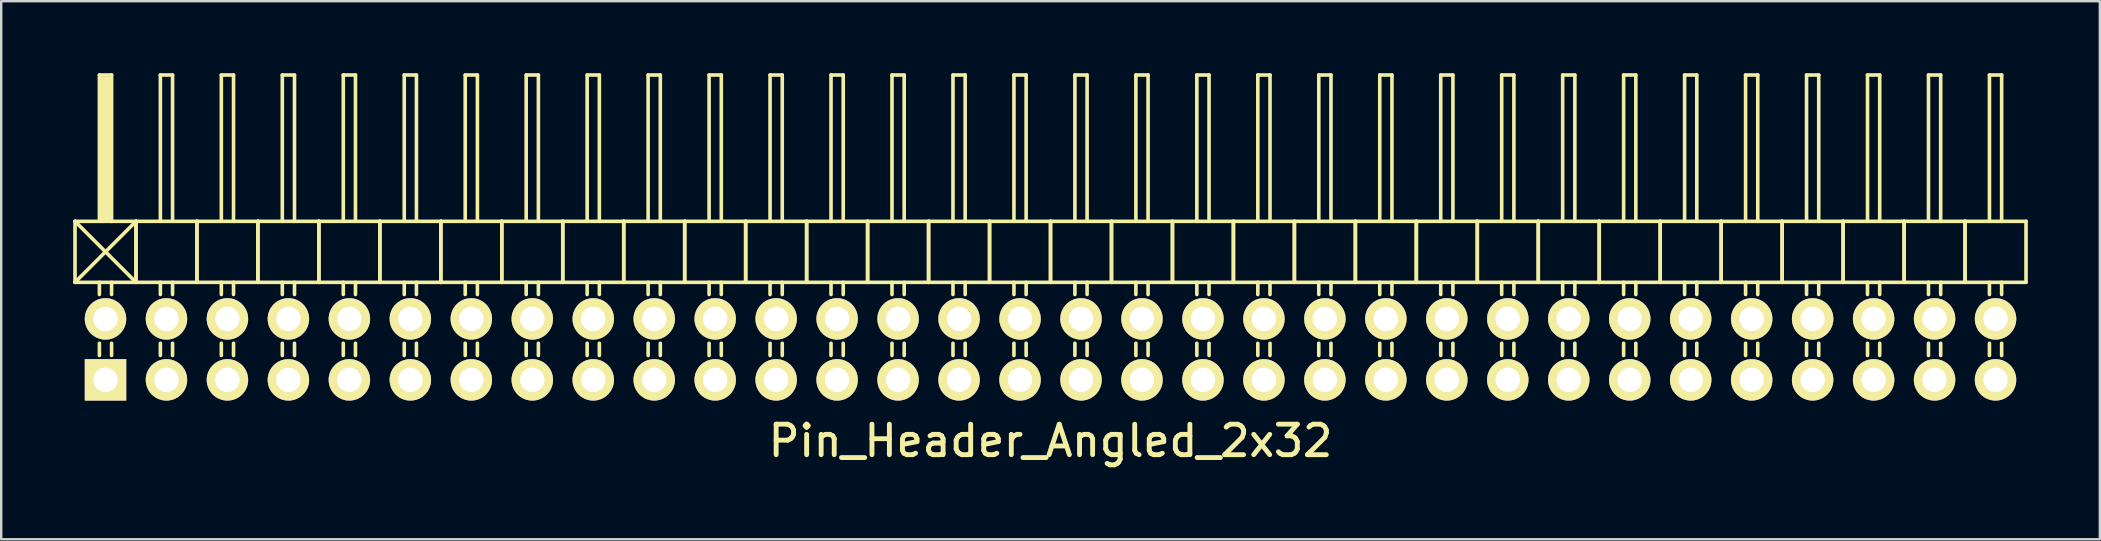
<source format=kicad_pcb>
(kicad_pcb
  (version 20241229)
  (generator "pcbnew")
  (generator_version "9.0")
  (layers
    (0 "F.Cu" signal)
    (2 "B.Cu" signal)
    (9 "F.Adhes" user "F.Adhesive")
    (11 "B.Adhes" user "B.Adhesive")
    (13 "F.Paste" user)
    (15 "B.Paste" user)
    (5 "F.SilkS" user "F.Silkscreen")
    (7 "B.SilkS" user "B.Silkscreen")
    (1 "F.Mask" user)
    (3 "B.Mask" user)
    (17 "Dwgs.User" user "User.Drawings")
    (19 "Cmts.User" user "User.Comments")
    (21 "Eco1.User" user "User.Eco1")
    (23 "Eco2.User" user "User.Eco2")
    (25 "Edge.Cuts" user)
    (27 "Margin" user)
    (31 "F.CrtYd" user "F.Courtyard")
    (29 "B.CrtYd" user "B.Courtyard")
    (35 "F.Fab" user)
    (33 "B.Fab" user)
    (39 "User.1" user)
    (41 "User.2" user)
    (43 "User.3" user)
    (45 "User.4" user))
  (footprint "Pin_Header_Angled_2x32"
    (layer "F.Cu")
    (at 40.715 11.505)
    (property "Reference" "Pin_Header_Angled_2x32" (at 0 3.81 0) (layer "F.SilkS") (effects (font (size 1.27 1.27) (thickness 0.203))))
    (attr through_hole)
    (fp_line (start -40.64 -5.334) (end -38.1 -2.794) (stroke (width 0.15) (type solid)) (layer "F.SilkS"))
    (fp_line (start -40.64 -2.794) (end -40.64 -5.334) (stroke (width 0.15) (type solid)) (layer "F.SilkS"))
    (fp_line (start -40.64 -2.794) (end -38.1 -5.334) (stroke (width 0.15) (type solid)) (layer "F.SilkS"))
    (fp_line (start -40.64 -2.794) (end -38.1 -2.794) (stroke (width 0.15) (type solid)) (layer "F.SilkS"))
    (fp_line (start -39.624 -11.43) (end -39.116 -11.43) (stroke (width 0.15) (type solid)) (layer "F.SilkS"))
    (fp_line (start -39.624 -5.334) (end -39.624 -11.43) (stroke (width 0.15) (type solid)) (layer "F.SilkS"))
    (fp_line (start -39.624 -2.794) (end -39.624 -2.286) (stroke (width 0.15) (type solid)) (layer "F.SilkS"))
    (fp_line (start -39.624 -0.254) (end -39.624 0.254) (stroke (width 0.15) (type solid)) (layer "F.SilkS"))
    (fp_line (start -39.497 -11.303) (end -39.243 -11.303) (stroke (width 0.15) (type solid)) (layer "F.SilkS"))
    (fp_line (start -39.497 -5.334) (end -39.497 -11.303) (stroke (width 0.15) (type solid)) (layer "F.SilkS"))
    (fp_line (start -39.37 -5.461) (end -39.37 -11.303) (stroke (width 0.15) (type solid)) (layer "F.SilkS"))
    (fp_line (start -39.243 -11.303) (end -39.243 -5.461) (stroke (width 0.15) (type solid)) (layer "F.SilkS"))
    (fp_line (start -39.243 -5.461) (end -39.37 -5.461) (stroke (width 0.15) (type solid)) (layer "F.SilkS"))
    (fp_line (start -39.116 -11.43) (end -39.116 -5.334) (stroke (width 0.15) (type solid)) (layer "F.SilkS"))
    (fp_line (start -39.116 -2.794) (end -39.116 -2.286) (stroke (width 0.15) (type solid)) (layer "F.SilkS"))
    (fp_line (start -39.116 -0.254) (end -39.116 0.254) (stroke (width 0.15) (type solid)) (layer "F.SilkS"))
    (fp_line (start -38.1 -5.334) (end -40.64 -5.334) (stroke (width 0.15) (type solid)) (layer "F.SilkS"))
    (fp_line (start -38.1 -2.794) (end -38.1 -5.334) (stroke (width 0.15) (type solid)) (layer "F.SilkS"))
    (fp_line (start -38.1 -2.794) (end -38.1 -5.334) (stroke (width 0.15) (type solid)) (layer "F.SilkS"))
    (fp_line (start -38.1 -2.794) (end -35.56 -2.794) (stroke (width 0.15) (type solid)) (layer "F.SilkS"))
    (fp_line (start -37.084 -11.43) (end -36.576 -11.43) (stroke (width 0.15) (type solid)) (layer "F.SilkS"))
    (fp_line (start -37.084 -5.334) (end -37.084 -11.43) (stroke (width 0.15) (type solid)) (layer "F.SilkS"))
    (fp_line (start -37.084 -2.794) (end -37.084 -2.286) (stroke (width 0.15) (type solid)) (layer "F.SilkS"))
    (fp_line (start -37.084 -0.254) (end -37.084 0.254) (stroke (width 0.15) (type solid)) (layer "F.SilkS"))
    (fp_line (start -36.576 -11.43) (end -36.576 -5.334) (stroke (width 0.15) (type solid)) (layer "F.SilkS"))
    (fp_line (start -36.576 -2.794) (end -36.576 -2.286) (stroke (width 0.15) (type solid)) (layer "F.SilkS"))
    (fp_line (start -36.576 -0.254) (end -36.576 0.254) (stroke (width 0.15) (type solid)) (layer "F.SilkS"))
    (fp_line (start -35.56 -5.334) (end -38.1 -5.334) (stroke (width 0.15) (type solid)) (layer "F.SilkS"))
    (fp_line (start -35.56 -2.794) (end -35.56 -5.334) (stroke (width 0.15) (type solid)) (layer "F.SilkS"))
    (fp_line (start -35.56 -2.794) (end -35.56 -5.334) (stroke (width 0.15) (type solid)) (layer "F.SilkS"))
    (fp_line (start -35.56 -2.794) (end -33.02 -2.794) (stroke (width 0.15) (type solid)) (layer "F.SilkS"))
    (fp_line (start -34.544 -11.43) (end -34.036 -11.43) (stroke (width 0.15) (type solid)) (layer "F.SilkS"))
    (fp_line (start -34.544 -5.334) (end -34.544 -11.43) (stroke (width 0.15) (type solid)) (layer "F.SilkS"))
    (fp_line (start -34.544 -2.794) (end -34.544 -2.286) (stroke (width 0.15) (type solid)) (layer "F.SilkS"))
    (fp_line (start -34.544 -0.254) (end -34.544 0.254) (stroke (width 0.15) (type solid)) (layer "F.SilkS"))
    (fp_line (start -34.036 -11.43) (end -34.036 -5.334) (stroke (width 0.15) (type solid)) (layer "F.SilkS"))
    (fp_line (start -34.036 -2.794) (end -34.036 -2.286) (stroke (width 0.15) (type solid)) (layer "F.SilkS"))
    (fp_line (start -34.036 -0.254) (end -34.036 0.254) (stroke (width 0.15) (type solid)) (layer "F.SilkS"))
    (fp_line (start -33.02 -5.334) (end -35.56 -5.334) (stroke (width 0.15) (type solid)) (layer "F.SilkS"))
    (fp_line (start -33.02 -2.794) (end -33.02 -5.334) (stroke (width 0.15) (type solid)) (layer "F.SilkS"))
    (fp_line (start -33.02 -2.794) (end -33.02 -5.334) (stroke (width 0.15) (type solid)) (layer "F.SilkS"))
    (fp_line (start -33.02 -2.794) (end -30.48 -2.794) (stroke (width 0.15) (type solid)) (layer "F.SilkS"))
    (fp_line (start -32.004 -11.43) (end -31.496 -11.43) (stroke (width 0.15) (type solid)) (layer "F.SilkS"))
    (fp_line (start -32.004 -5.334) (end -32.004 -11.43) (stroke (width 0.15) (type solid)) (layer "F.SilkS"))
    (fp_line (start -32.004 -2.794) (end -32.004 -2.286) (stroke (width 0.15) (type solid)) (layer "F.SilkS"))
    (fp_line (start -32.004 -0.254) (end -32.004 0.254) (stroke (width 0.15) (type solid)) (layer "F.SilkS"))
    (fp_line (start -31.496 -11.43) (end -31.496 -5.334) (stroke (width 0.15) (type solid)) (layer "F.SilkS"))
    (fp_line (start -31.496 -2.794) (end -31.496 -2.286) (stroke (width 0.15) (type solid)) (layer "F.SilkS"))
    (fp_line (start -31.496 -0.254) (end -31.496 0.254) (stroke (width 0.15) (type solid)) (layer "F.SilkS"))
    (fp_line (start -30.48 -5.334) (end -33.02 -5.334) (stroke (width 0.15) (type solid)) (layer "F.SilkS"))
    (fp_line (start -30.48 -2.794) (end -30.48 -5.334) (stroke (width 0.15) (type solid)) (layer "F.SilkS"))
    (fp_line (start -30.48 -2.794) (end -30.48 -5.334) (stroke (width 0.15) (type solid)) (layer "F.SilkS"))
    (fp_line (start -30.48 -2.794) (end -27.94 -2.794) (stroke (width 0.15) (type solid)) (layer "F.SilkS"))
    (fp_line (start -29.464 -11.43) (end -28.956 -11.43) (stroke (width 0.15) (type solid)) (layer "F.SilkS"))
    (fp_line (start -29.464 -5.334) (end -29.464 -11.43) (stroke (width 0.15) (type solid)) (layer "F.SilkS"))
    (fp_line (start -29.464 -2.794) (end -29.464 -2.286) (stroke (width 0.15) (type solid)) (layer "F.SilkS"))
    (fp_line (start -29.464 -0.254) (end -29.464 0.254) (stroke (width 0.15) (type solid)) (layer "F.SilkS"))
    (fp_line (start -28.956 -11.43) (end -28.956 -5.334) (stroke (width 0.15) (type solid)) (layer "F.SilkS"))
    (fp_line (start -28.956 -2.794) (end -28.956 -2.286) (stroke (width 0.15) (type solid)) (layer "F.SilkS"))
    (fp_line (start -28.956 -0.254) (end -28.956 0.254) (stroke (width 0.15) (type solid)) (layer "F.SilkS"))
    (fp_line (start -27.94 -5.334) (end -30.48 -5.334) (stroke (width 0.15) (type solid)) (layer "F.SilkS"))
    (fp_line (start -27.94 -2.794) (end -27.94 -5.334) (stroke (width 0.15) (type solid)) (layer "F.SilkS"))
    (fp_line (start -27.94 -2.794) (end -27.94 -5.334) (stroke (width 0.15) (type solid)) (layer "F.SilkS"))
    (fp_line (start -27.94 -2.794) (end -25.4 -2.794) (stroke (width 0.15) (type solid)) (layer "F.SilkS"))
    (fp_line (start -26.924 -11.43) (end -26.416 -11.43) (stroke (width 0.15) (type solid)) (layer "F.SilkS"))
    (fp_line (start -26.924 -5.334) (end -26.924 -11.43) (stroke (width 0.15) (type solid)) (layer "F.SilkS"))
    (fp_line (start -26.924 -2.794) (end -26.924 -2.286) (stroke (width 0.15) (type solid)) (layer "F.SilkS"))
    (fp_line (start -26.924 -0.254) (end -26.924 0.254) (stroke (width 0.15) (type solid)) (layer "F.SilkS"))
    (fp_line (start -26.416 -11.43) (end -26.416 -5.334) (stroke (width 0.15) (type solid)) (layer "F.SilkS"))
    (fp_line (start -26.416 -2.794) (end -26.416 -2.286) (stroke (width 0.15) (type solid)) (layer "F.SilkS"))
    (fp_line (start -26.416 -0.254) (end -26.416 0.254) (stroke (width 0.15) (type solid)) (layer "F.SilkS"))
    (fp_line (start -25.4 -5.334) (end -27.94 -5.334) (stroke (width 0.15) (type solid)) (layer "F.SilkS"))
    (fp_line (start -25.4 -2.794) (end -25.4 -5.334) (stroke (width 0.15) (type solid)) (layer "F.SilkS"))
    (fp_line (start -25.4 -2.794) (end -25.4 -5.334) (stroke (width 0.15) (type solid)) (layer "F.SilkS"))
    (fp_line (start -25.4 -2.794) (end -22.86 -2.794) (stroke (width 0.15) (type solid)) (layer "F.SilkS"))
    (fp_line (start -24.384 -11.43) (end -23.876 -11.43) (stroke (width 0.15) (type solid)) (layer "F.SilkS"))
    (fp_line (start -24.384 -5.334) (end -24.384 -11.43) (stroke (width 0.15) (type solid)) (layer "F.SilkS"))
    (fp_line (start -24.384 -2.794) (end -24.384 -2.286) (stroke (width 0.15) (type solid)) (layer "F.SilkS"))
    (fp_line (start -24.384 -0.254) (end -24.384 0.254) (stroke (width 0.15) (type solid)) (layer "F.SilkS"))
    (fp_line (start -23.876 -11.43) (end -23.876 -5.334) (stroke (width 0.15) (type solid)) (layer "F.SilkS"))
    (fp_line (start -23.876 -2.794) (end -23.876 -2.286) (stroke (width 0.15) (type solid)) (layer "F.SilkS"))
    (fp_line (start -23.876 -0.254) (end -23.876 0.254) (stroke (width 0.15) (type solid)) (layer "F.SilkS"))
    (fp_line (start -22.86 -5.334) (end -25.4 -5.334) (stroke (width 0.15) (type solid)) (layer "F.SilkS"))
    (fp_line (start -22.86 -2.794) (end -22.86 -5.334) (stroke (width 0.15) (type solid)) (layer "F.SilkS"))
    (fp_line (start -22.86 -2.794) (end -22.86 -5.334) (stroke (width 0.15) (type solid)) (layer "F.SilkS"))
    (fp_line (start -22.86 -2.794) (end -20.32 -2.794) (stroke (width 0.15) (type solid)) (layer "F.SilkS"))
    (fp_line (start -21.844 -11.43) (end -21.336 -11.43) (stroke (width 0.15) (type solid)) (layer "F.SilkS"))
    (fp_line (start -21.844 -5.334) (end -21.844 -11.43) (stroke (width 0.15) (type solid)) (layer "F.SilkS"))
    (fp_line (start -21.844 -2.794) (end -21.844 -2.286) (stroke (width 0.15) (type solid)) (layer "F.SilkS"))
    (fp_line (start -21.844 -0.254) (end -21.844 0.254) (stroke (width 0.15) (type solid)) (layer "F.SilkS"))
    (fp_line (start -21.336 -11.43) (end -21.336 -5.334) (stroke (width 0.15) (type solid)) (layer "F.SilkS"))
    (fp_line (start -21.336 -2.794) (end -21.336 -2.286) (stroke (width 0.15) (type solid)) (layer "F.SilkS"))
    (fp_line (start -21.336 -0.254) (end -21.336 0.254) (stroke (width 0.15) (type solid)) (layer "F.SilkS"))
    (fp_line (start -20.32 -5.334) (end -22.86 -5.334) (stroke (width 0.15) (type solid)) (layer "F.SilkS"))
    (fp_line (start -20.32 -2.794) (end -20.32 -5.334) (stroke (width 0.15) (type solid)) (layer "F.SilkS"))
    (fp_line (start -20.32 -2.794) (end -20.32 -5.334) (stroke (width 0.15) (type solid)) (layer "F.SilkS"))
    (fp_line (start -20.32 -2.794) (end -17.78 -2.794) (stroke (width 0.15) (type solid)) (layer "F.SilkS"))
    (fp_line (start -19.304 -11.43) (end -18.796 -11.43) (stroke (width 0.15) (type solid)) (layer "F.SilkS"))
    (fp_line (start -19.304 -5.334) (end -19.304 -11.43) (stroke (width 0.15) (type solid)) (layer "F.SilkS"))
    (fp_line (start -19.304 -2.794) (end -19.304 -2.286) (stroke (width 0.15) (type solid)) (layer "F.SilkS"))
    (fp_line (start -19.304 -0.254) (end -19.304 0.254) (stroke (width 0.15) (type solid)) (layer "F.SilkS"))
    (fp_line (start -18.796 -11.43) (end -18.796 -5.334) (stroke (width 0.15) (type solid)) (layer "F.SilkS"))
    (fp_line (start -18.796 -2.794) (end -18.796 -2.286) (stroke (width 0.15) (type solid)) (layer "F.SilkS"))
    (fp_line (start -18.796 -0.254) (end -18.796 0.254) (stroke (width 0.15) (type solid)) (layer "F.SilkS"))
    (fp_line (start -17.78 -5.334) (end -20.32 -5.334) (stroke (width 0.15) (type solid)) (layer "F.SilkS"))
    (fp_line (start -17.78 -2.794) (end -17.78 -5.334) (stroke (width 0.15) (type solid)) (layer "F.SilkS"))
    (fp_line (start -17.78 -2.794) (end -17.78 -5.334) (stroke (width 0.15) (type solid)) (layer "F.SilkS"))
    (fp_line (start -17.78 -2.794) (end -15.24 -2.794) (stroke (width 0.15) (type solid)) (layer "F.SilkS"))
    (fp_line (start -16.764 -11.43) (end -16.256 -11.43) (stroke (width 0.15) (type solid)) (layer "F.SilkS"))
    (fp_line (start -16.764 -5.334) (end -16.764 -11.43) (stroke (width 0.15) (type solid)) (layer "F.SilkS"))
    (fp_line (start -16.764 -2.794) (end -16.764 -2.286) (stroke (width 0.15) (type solid)) (layer "F.SilkS"))
    (fp_line (start -16.764 -0.254) (end -16.764 0.254) (stroke (width 0.15) (type solid)) (layer "F.SilkS"))
    (fp_line (start -16.256 -11.43) (end -16.256 -5.334) (stroke (width 0.15) (type solid)) (layer "F.SilkS"))
    (fp_line (start -16.256 -2.794) (end -16.256 -2.286) (stroke (width 0.15) (type solid)) (layer "F.SilkS"))
    (fp_line (start -16.256 -0.254) (end -16.256 0.254) (stroke (width 0.15) (type solid)) (layer "F.SilkS"))
    (fp_line (start -15.24 -5.334) (end -17.78 -5.334) (stroke (width 0.15) (type solid)) (layer "F.SilkS"))
    (fp_line (start -15.24 -2.794) (end -15.24 -5.334) (stroke (width 0.15) (type solid)) (layer "F.SilkS"))
    (fp_line (start -15.24 -2.794) (end -15.24 -5.334) (stroke (width 0.15) (type solid)) (layer "F.SilkS"))
    (fp_line (start -15.24 -2.794) (end -12.7 -2.794) (stroke (width 0.15) (type solid)) (layer "F.SilkS"))
    (fp_line (start -14.224 -11.43) (end -13.716 -11.43) (stroke (width 0.15) (type solid)) (layer "F.SilkS"))
    (fp_line (start -14.224 -5.334) (end -14.224 -11.43) (stroke (width 0.15) (type solid)) (layer "F.SilkS"))
    (fp_line (start -14.224 -2.794) (end -14.224 -2.286) (stroke (width 0.15) (type solid)) (layer "F.SilkS"))
    (fp_line (start -14.224 -0.254) (end -14.224 0.254) (stroke (width 0.15) (type solid)) (layer "F.SilkS"))
    (fp_line (start -13.716 -11.43) (end -13.716 -5.334) (stroke (width 0.15) (type solid)) (layer "F.SilkS"))
    (fp_line (start -13.716 -2.794) (end -13.716 -2.286) (stroke (width 0.15) (type solid)) (layer "F.SilkS"))
    (fp_line (start -13.716 -0.254) (end -13.716 0.254) (stroke (width 0.15) (type solid)) (layer "F.SilkS"))
    (fp_line (start -12.7 -5.334) (end -15.24 -5.334) (stroke (width 0.15) (type solid)) (layer "F.SilkS"))
    (fp_line (start -12.7 -2.794) (end -12.7 -5.334) (stroke (width 0.15) (type solid)) (layer "F.SilkS"))
    (fp_line (start -12.7 -2.794) (end -12.7 -5.334) (stroke (width 0.15) (type solid)) (layer "F.SilkS"))
    (fp_line (start -12.7 -2.794) (end -10.16 -2.794) (stroke (width 0.15) (type solid)) (layer "F.SilkS"))
    (fp_line (start -11.684 -11.43) (end -11.176 -11.43) (stroke (width 0.15) (type solid)) (layer "F.SilkS"))
    (fp_line (start -11.684 -5.334) (end -11.684 -11.43) (stroke (width 0.15) (type solid)) (layer "F.SilkS"))
    (fp_line (start -11.684 -2.794) (end -11.684 -2.286) (stroke (width 0.15) (type solid)) (layer "F.SilkS"))
    (fp_line (start -11.684 -0.254) (end -11.684 0.254) (stroke (width 0.15) (type solid)) (layer "F.SilkS"))
    (fp_line (start -11.176 -11.43) (end -11.176 -5.334) (stroke (width 0.15) (type solid)) (layer "F.SilkS"))
    (fp_line (start -11.176 -2.794) (end -11.176 -2.286) (stroke (width 0.15) (type solid)) (layer "F.SilkS"))
    (fp_line (start -11.176 -0.254) (end -11.176 0.254) (stroke (width 0.15) (type solid)) (layer "F.SilkS"))
    (fp_line (start -10.16 -5.334) (end -12.7 -5.334) (stroke (width 0.15) (type solid)) (layer "F.SilkS"))
    (fp_line (start -10.16 -2.794) (end -10.16 -5.334) (stroke (width 0.15) (type solid)) (layer "F.SilkS"))
    (fp_line (start -10.16 -2.794) (end -10.16 -5.334) (stroke (width 0.15) (type solid)) (layer "F.SilkS"))
    (fp_line (start -10.16 -2.794) (end -7.62 -2.794) (stroke (width 0.15) (type solid)) (layer "F.SilkS"))
    (fp_line (start -9.144 -11.43) (end -8.636 -11.43) (stroke (width 0.15) (type solid)) (layer "F.SilkS"))
    (fp_line (start -9.144 -5.334) (end -9.144 -11.43) (stroke (width 0.15) (type solid)) (layer "F.SilkS"))
    (fp_line (start -9.144 -2.794) (end -9.144 -2.286) (stroke (width 0.15) (type solid)) (layer "F.SilkS"))
    (fp_line (start -9.144 -0.254) (end -9.144 0.254) (stroke (width 0.15) (type solid)) (layer "F.SilkS"))
    (fp_line (start -8.636 -11.43) (end -8.636 -5.334) (stroke (width 0.15) (type solid)) (layer "F.SilkS"))
    (fp_line (start -8.636 -2.794) (end -8.636 -2.286) (stroke (width 0.15) (type solid)) (layer "F.SilkS"))
    (fp_line (start -8.636 -0.254) (end -8.636 0.254) (stroke (width 0.15) (type solid)) (layer "F.SilkS"))
    (fp_line (start -7.62 -5.334) (end -10.16 -5.334) (stroke (width 0.15) (type solid)) (layer "F.SilkS"))
    (fp_line (start -7.62 -2.794) (end -7.62 -5.334) (stroke (width 0.15) (type solid)) (layer "F.SilkS"))
    (fp_line (start -7.62 -2.794) (end -7.62 -5.334) (stroke (width 0.15) (type solid)) (layer "F.SilkS"))
    (fp_line (start -7.62 -2.794) (end -5.08 -2.794) (stroke (width 0.15) (type solid)) (layer "F.SilkS"))
    (fp_line (start -6.604 -11.43) (end -6.096 -11.43) (stroke (width 0.15) (type solid)) (layer "F.SilkS"))
    (fp_line (start -6.604 -5.334) (end -6.604 -11.43) (stroke (width 0.15) (type solid)) (layer "F.SilkS"))
    (fp_line (start -6.604 -2.794) (end -6.604 -2.286) (stroke (width 0.15) (type solid)) (layer "F.SilkS"))
    (fp_line (start -6.604 -0.254) (end -6.604 0.254) (stroke (width 0.15) (type solid)) (layer "F.SilkS"))
    (fp_line (start -6.096 -11.43) (end -6.096 -5.334) (stroke (width 0.15) (type solid)) (layer "F.SilkS"))
    (fp_line (start -6.096 -2.794) (end -6.096 -2.286) (stroke (width 0.15) (type solid)) (layer "F.SilkS"))
    (fp_line (start -6.096 -0.254) (end -6.096 0.254) (stroke (width 0.15) (type solid)) (layer "F.SilkS"))
    (fp_line (start -5.08 -5.334) (end -7.62 -5.334) (stroke (width 0.15) (type solid)) (layer "F.SilkS"))
    (fp_line (start -5.08 -2.794) (end -5.08 -5.334) (stroke (width 0.15) (type solid)) (layer "F.SilkS"))
    (fp_line (start -5.08 -2.794) (end -5.08 -5.334) (stroke (width 0.15) (type solid)) (layer "F.SilkS"))
    (fp_line (start -5.08 -2.794) (end -2.54 -2.794) (stroke (width 0.15) (type solid)) (layer "F.SilkS"))
    (fp_line (start -4.064 -11.43) (end -3.556 -11.43) (stroke (width 0.15) (type solid)) (layer "F.SilkS"))
    (fp_line (start -4.064 -5.334) (end -4.064 -11.43) (stroke (width 0.15) (type solid)) (layer "F.SilkS"))
    (fp_line (start -4.064 -2.794) (end -4.064 -2.286) (stroke (width 0.15) (type solid)) (layer "F.SilkS"))
    (fp_line (start -4.064 -0.254) (end -4.064 0.254) (stroke (width 0.15) (type solid)) (layer "F.SilkS"))
    (fp_line (start -3.556 -11.43) (end -3.556 -5.334) (stroke (width 0.15) (type solid)) (layer "F.SilkS"))
    (fp_line (start -3.556 -2.794) (end -3.556 -2.286) (stroke (width 0.15) (type solid)) (layer "F.SilkS"))
    (fp_line (start -3.556 -0.254) (end -3.556 0.254) (stroke (width 0.15) (type solid)) (layer "F.SilkS"))
    (fp_line (start -2.54 -5.334) (end -5.08 -5.334) (stroke (width 0.15) (type solid)) (layer "F.SilkS"))
    (fp_line (start -2.54 -2.794) (end -2.54 -5.334) (stroke (width 0.15) (type solid)) (layer "F.SilkS"))
    (fp_line (start -2.54 -2.794) (end -2.54 -5.334) (stroke (width 0.15) (type solid)) (layer "F.SilkS"))
    (fp_line (start -2.54 -2.794) (end 0 -2.794) (stroke (width 0.15) (type solid)) (layer "F.SilkS"))
    (fp_line (start -1.524 -11.43) (end -1.016 -11.43) (stroke (width 0.15) (type solid)) (layer "F.SilkS"))
    (fp_line (start -1.524 -5.334) (end -1.524 -11.43) (stroke (width 0.15) (type solid)) (layer "F.SilkS"))
    (fp_line (start -1.524 -2.794) (end -1.524 -2.286) (stroke (width 0.15) (type solid)) (layer "F.SilkS"))
    (fp_line (start -1.524 -0.254) (end -1.524 0.254) (stroke (width 0.15) (type solid)) (layer "F.SilkS"))
    (fp_line (start -1.016 -11.43) (end -1.016 -5.334) (stroke (width 0.15) (type solid)) (layer "F.SilkS"))
    (fp_line (start -1.016 -2.794) (end -1.016 -2.286) (stroke (width 0.15) (type solid)) (layer "F.SilkS"))
    (fp_line (start -1.016 -0.254) (end -1.016 0.254) (stroke (width 0.15) (type solid)) (layer "F.SilkS"))
    (fp_line (start 0 -5.334) (end -2.54 -5.334) (stroke (width 0.15) (type solid)) (layer "F.SilkS"))
    (fp_line (start 0 -2.794) (end 0 -5.334) (stroke (width 0.15) (type solid)) (layer "F.SilkS"))
    (fp_line (start 0 -2.794) (end 0 -5.334) (stroke (width 0.15) (type solid)) (layer "F.SilkS"))
    (fp_line (start 0 -2.794) (end 2.54 -2.794) (stroke (width 0.15) (type solid)) (layer "F.SilkS"))
    (fp_line (start 1.016 -11.43) (end 1.524 -11.43) (stroke (width 0.15) (type solid)) (layer "F.SilkS"))
    (fp_line (start 1.016 -5.334) (end 1.016 -11.43) (stroke (width 0.15) (type solid)) (layer "F.SilkS"))
    (fp_line (start 1.016 -2.794) (end 1.016 -2.286) (stroke (width 0.15) (type solid)) (layer "F.SilkS"))
    (fp_line (start 1.016 -0.254) (end 1.016 0.254) (stroke (width 0.15) (type solid)) (layer "F.SilkS"))
    (fp_line (start 1.524 -11.43) (end 1.524 -5.334) (stroke (width 0.15) (type solid)) (layer "F.SilkS"))
    (fp_line (start 1.524 -2.794) (end 1.524 -2.286) (stroke (width 0.15) (type solid)) (layer "F.SilkS"))
    (fp_line (start 1.524 -0.254) (end 1.524 0.254) (stroke (width 0.15) (type solid)) (layer "F.SilkS"))
    (fp_line (start 2.54 -5.334) (end 0 -5.334) (stroke (width 0.15) (type solid)) (layer "F.SilkS"))
    (fp_line (start 2.54 -2.794) (end 2.54 -5.334) (stroke (width 0.15) (type solid)) (layer "F.SilkS"))
    (fp_line (start 2.54 -2.794) (end 2.54 -5.334) (stroke (width 0.15) (type solid)) (layer "F.SilkS"))
    (fp_line (start 2.54 -2.794) (end 5.08 -2.794) (stroke (width 0.15) (type solid)) (layer "F.SilkS"))
    (fp_line (start 3.556 -11.43) (end 4.064 -11.43) (stroke (width 0.15) (type solid)) (layer "F.SilkS"))
    (fp_line (start 3.556 -5.334) (end 3.556 -11.43) (stroke (width 0.15) (type solid)) (layer "F.SilkS"))
    (fp_line (start 3.556 -2.794) (end 3.556 -2.286) (stroke (width 0.15) (type solid)) (layer "F.SilkS"))
    (fp_line (start 3.556 -0.254) (end 3.556 0.254) (stroke (width 0.15) (type solid)) (layer "F.SilkS"))
    (fp_line (start 4.064 -11.43) (end 4.064 -5.334) (stroke (width 0.15) (type solid)) (layer "F.SilkS"))
    (fp_line (start 4.064 -2.794) (end 4.064 -2.286) (stroke (width 0.15) (type solid)) (layer "F.SilkS"))
    (fp_line (start 4.064 -0.254) (end 4.064 0.254) (stroke (width 0.15) (type solid)) (layer "F.SilkS"))
    (fp_line (start 5.08 -5.334) (end 2.54 -5.334) (stroke (width 0.15) (type solid)) (layer "F.SilkS"))
    (fp_line (start 5.08 -2.794) (end 5.08 -5.334) (stroke (width 0.15) (type solid)) (layer "F.SilkS"))
    (fp_line (start 5.08 -2.794) (end 5.08 -5.334) (stroke (width 0.15) (type solid)) (layer "F.SilkS"))
    (fp_line (start 5.08 -2.794) (end 7.62 -2.794) (stroke (width 0.15) (type solid)) (layer "F.SilkS"))
    (fp_line (start 6.096 -11.43) (end 6.604 -11.43) (stroke (width 0.15) (type solid)) (layer "F.SilkS"))
    (fp_line (start 6.096 -5.334) (end 6.096 -11.43) (stroke (width 0.15) (type solid)) (layer "F.SilkS"))
    (fp_line (start 6.096 -2.794) (end 6.096 -2.286) (stroke (width 0.15) (type solid)) (layer "F.SilkS"))
    (fp_line (start 6.096 -0.254) (end 6.096 0.254) (stroke (width 0.15) (type solid)) (layer "F.SilkS"))
    (fp_line (start 6.604 -11.43) (end 6.604 -5.334) (stroke (width 0.15) (type solid)) (layer "F.SilkS"))
    (fp_line (start 6.604 -2.794) (end 6.604 -2.286) (stroke (width 0.15) (type solid)) (layer "F.SilkS"))
    (fp_line (start 6.604 -0.254) (end 6.604 0.254) (stroke (width 0.15) (type solid)) (layer "F.SilkS"))
    (fp_line (start 7.62 -5.334) (end 5.08 -5.334) (stroke (width 0.15) (type solid)) (layer "F.SilkS"))
    (fp_line (start 7.62 -2.794) (end 7.62 -5.334) (stroke (width 0.15) (type solid)) (layer "F.SilkS"))
    (fp_line (start 7.62 -2.794) (end 7.62 -5.334) (stroke (width 0.15) (type solid)) (layer "F.SilkS"))
    (fp_line (start 7.62 -2.794) (end 10.16 -2.794) (stroke (width 0.15) (type solid)) (layer "F.SilkS"))
    (fp_line (start 8.636 -11.43) (end 9.144 -11.43) (stroke (width 0.15) (type solid)) (layer "F.SilkS"))
    (fp_line (start 8.636 -5.334) (end 8.636 -11.43) (stroke (width 0.15) (type solid)) (layer "F.SilkS"))
    (fp_line (start 8.636 -2.794) (end 8.636 -2.286) (stroke (width 0.15) (type solid)) (layer "F.SilkS"))
    (fp_line (start 8.636 -0.254) (end 8.636 0.254) (stroke (width 0.15) (type solid)) (layer "F.SilkS"))
    (fp_line (start 9.144 -11.43) (end 9.144 -5.334) (stroke (width 0.15) (type solid)) (layer "F.SilkS"))
    (fp_line (start 9.144 -2.794) (end 9.144 -2.286) (stroke (width 0.15) (type solid)) (layer "F.SilkS"))
    (fp_line (start 9.144 -0.254) (end 9.144 0.254) (stroke (width 0.15) (type solid)) (layer "F.SilkS"))
    (fp_line (start 10.16 -5.334) (end 7.62 -5.334) (stroke (width 0.15) (type solid)) (layer "F.SilkS"))
    (fp_line (start 10.16 -2.794) (end 10.16 -5.334) (stroke (width 0.15) (type solid)) (layer "F.SilkS"))
    (fp_line (start 10.16 -2.794) (end 10.16 -5.334) (stroke (width 0.15) (type solid)) (layer "F.SilkS"))
    (fp_line (start 10.16 -2.794) (end 12.7 -2.794) (stroke (width 0.15) (type solid)) (layer "F.SilkS"))
    (fp_line (start 11.176 -11.43) (end 11.684 -11.43) (stroke (width 0.15) (type solid)) (layer "F.SilkS"))
    (fp_line (start 11.176 -5.334) (end 11.176 -11.43) (stroke (width 0.15) (type solid)) (layer "F.SilkS"))
    (fp_line (start 11.176 -2.794) (end 11.176 -2.286) (stroke (width 0.15) (type solid)) (layer "F.SilkS"))
    (fp_line (start 11.176 -0.254) (end 11.176 0.254) (stroke (width 0.15) (type solid)) (layer "F.SilkS"))
    (fp_line (start 11.684 -11.43) (end 11.684 -5.334) (stroke (width 0.15) (type solid)) (layer "F.SilkS"))
    (fp_line (start 11.684 -2.794) (end 11.684 -2.286) (stroke (width 0.15) (type solid)) (layer "F.SilkS"))
    (fp_line (start 11.684 -0.254) (end 11.684 0.254) (stroke (width 0.15) (type solid)) (layer "F.SilkS"))
    (fp_line (start 12.7 -5.334) (end 10.16 -5.334) (stroke (width 0.15) (type solid)) (layer "F.SilkS"))
    (fp_line (start 12.7 -2.794) (end 12.7 -5.334) (stroke (width 0.15) (type solid)) (layer "F.SilkS"))
    (fp_line (start 12.7 -2.794) (end 12.7 -5.334) (stroke (width 0.15) (type solid)) (layer "F.SilkS"))
    (fp_line (start 12.7 -2.794) (end 15.24 -2.794) (stroke (width 0.15) (type solid)) (layer "F.SilkS"))
    (fp_line (start 13.716 -11.43) (end 14.224 -11.43) (stroke (width 0.15) (type solid)) (layer "F.SilkS"))
    (fp_line (start 13.716 -5.334) (end 13.716 -11.43) (stroke (width 0.15) (type solid)) (layer "F.SilkS"))
    (fp_line (start 13.716 -2.794) (end 13.716 -2.286) (stroke (width 0.15) (type solid)) (layer "F.SilkS"))
    (fp_line (start 13.716 -0.254) (end 13.716 0.254) (stroke (width 0.15) (type solid)) (layer "F.SilkS"))
    (fp_line (start 14.224 -11.43) (end 14.224 -5.334) (stroke (width 0.15) (type solid)) (layer "F.SilkS"))
    (fp_line (start 14.224 -2.794) (end 14.224 -2.286) (stroke (width 0.15) (type solid)) (layer "F.SilkS"))
    (fp_line (start 14.224 -0.254) (end 14.224 0.254) (stroke (width 0.15) (type solid)) (layer "F.SilkS"))
    (fp_line (start 15.24 -5.334) (end 12.7 -5.334) (stroke (width 0.15) (type solid)) (layer "F.SilkS"))
    (fp_line (start 15.24 -2.794) (end 15.24 -5.334) (stroke (width 0.15) (type solid)) (layer "F.SilkS"))
    (fp_line (start 15.24 -2.794) (end 15.24 -5.334) (stroke (width 0.15) (type solid)) (layer "F.SilkS"))
    (fp_line (start 15.24 -2.794) (end 17.78 -2.794) (stroke (width 0.15) (type solid)) (layer "F.SilkS"))
    (fp_line (start 16.256 -11.43) (end 16.764 -11.43) (stroke (width 0.15) (type solid)) (layer "F.SilkS"))
    (fp_line (start 16.256 -5.334) (end 16.256 -11.43) (stroke (width 0.15) (type solid)) (layer "F.SilkS"))
    (fp_line (start 16.256 -2.794) (end 16.256 -2.286) (stroke (width 0.15) (type solid)) (layer "F.SilkS"))
    (fp_line (start 16.256 -0.254) (end 16.256 0.254) (stroke (width 0.15) (type solid)) (layer "F.SilkS"))
    (fp_line (start 16.764 -11.43) (end 16.764 -5.334) (stroke (width 0.15) (type solid)) (layer "F.SilkS"))
    (fp_line (start 16.764 -2.794) (end 16.764 -2.286) (stroke (width 0.15) (type solid)) (layer "F.SilkS"))
    (fp_line (start 16.764 -0.254) (end 16.764 0.254) (stroke (width 0.15) (type solid)) (layer "F.SilkS"))
    (fp_line (start 17.78 -5.334) (end 15.24 -5.334) (stroke (width 0.15) (type solid)) (layer "F.SilkS"))
    (fp_line (start 17.78 -2.794) (end 17.78 -5.334) (stroke (width 0.15) (type solid)) (layer "F.SilkS"))
    (fp_line (start 17.78 -2.794) (end 17.78 -5.334) (stroke (width 0.15) (type solid)) (layer "F.SilkS"))
    (fp_line (start 17.78 -2.794) (end 20.32 -2.794) (stroke (width 0.15) (type solid)) (layer "F.SilkS"))
    (fp_line (start 18.796 -11.43) (end 19.304 -11.43) (stroke (width 0.15) (type solid)) (layer "F.SilkS"))
    (fp_line (start 18.796 -5.334) (end 18.796 -11.43) (stroke (width 0.15) (type solid)) (layer "F.SilkS"))
    (fp_line (start 18.796 -2.794) (end 18.796 -2.286) (stroke (width 0.15) (type solid)) (layer "F.SilkS"))
    (fp_line (start 18.796 -0.254) (end 18.796 0.254) (stroke (width 0.15) (type solid)) (layer "F.SilkS"))
    (fp_line (start 19.304 -11.43) (end 19.304 -5.334) (stroke (width 0.15) (type solid)) (layer "F.SilkS"))
    (fp_line (start 19.304 -2.794) (end 19.304 -2.286) (stroke (width 0.15) (type solid)) (layer "F.SilkS"))
    (fp_line (start 19.304 -0.254) (end 19.304 0.254) (stroke (width 0.15) (type solid)) (layer "F.SilkS"))
    (fp_line (start 20.32 -5.334) (end 17.78 -5.334) (stroke (width 0.15) (type solid)) (layer "F.SilkS"))
    (fp_line (start 20.32 -2.794) (end 20.32 -5.334) (stroke (width 0.15) (type solid)) (layer "F.SilkS"))
    (fp_line (start 20.32 -2.794) (end 20.32 -5.334) (stroke (width 0.15) (type solid)) (layer "F.SilkS"))
    (fp_line (start 20.32 -2.794) (end 22.86 -2.794) (stroke (width 0.15) (type solid)) (layer "F.SilkS"))
    (fp_line (start 21.336 -11.43) (end 21.844 -11.43) (stroke (width 0.15) (type solid)) (layer "F.SilkS"))
    (fp_line (start 21.336 -5.334) (end 21.336 -11.43) (stroke (width 0.15) (type solid)) (layer "F.SilkS"))
    (fp_line (start 21.336 -2.794) (end 21.336 -2.286) (stroke (width 0.15) (type solid)) (layer "F.SilkS"))
    (fp_line (start 21.336 -0.254) (end 21.336 0.254) (stroke (width 0.15) (type solid)) (layer "F.SilkS"))
    (fp_line (start 21.844 -11.43) (end 21.844 -5.334) (stroke (width 0.15) (type solid)) (layer "F.SilkS"))
    (fp_line (start 21.844 -2.794) (end 21.844 -2.286) (stroke (width 0.15) (type solid)) (layer "F.SilkS"))
    (fp_line (start 21.844 -0.254) (end 21.844 0.254) (stroke (width 0.15) (type solid)) (layer "F.SilkS"))
    (fp_line (start 22.86 -5.334) (end 20.32 -5.334) (stroke (width 0.15) (type solid)) (layer "F.SilkS"))
    (fp_line (start 22.86 -2.794) (end 22.86 -5.334) (stroke (width 0.15) (type solid)) (layer "F.SilkS"))
    (fp_line (start 22.86 -2.794) (end 22.86 -5.334) (stroke (width 0.15) (type solid)) (layer "F.SilkS"))
    (fp_line (start 22.86 -2.794) (end 25.4 -2.794) (stroke (width 0.15) (type solid)) (layer "F.SilkS"))
    (fp_line (start 23.876 -11.43) (end 24.384 -11.43) (stroke (width 0.15) (type solid)) (layer "F.SilkS"))
    (fp_line (start 23.876 -5.334) (end 23.876 -11.43) (stroke (width 0.15) (type solid)) (layer "F.SilkS"))
    (fp_line (start 23.876 -2.794) (end 23.876 -2.286) (stroke (width 0.15) (type solid)) (layer "F.SilkS"))
    (fp_line (start 23.876 -0.254) (end 23.876 0.254) (stroke (width 0.15) (type solid)) (layer "F.SilkS"))
    (fp_line (start 24.384 -11.43) (end 24.384 -5.334) (stroke (width 0.15) (type solid)) (layer "F.SilkS"))
    (fp_line (start 24.384 -2.794) (end 24.384 -2.286) (stroke (width 0.15) (type solid)) (layer "F.SilkS"))
    (fp_line (start 24.384 -0.254) (end 24.384 0.254) (stroke (width 0.15) (type solid)) (layer "F.SilkS"))
    (fp_line (start 25.4 -5.334) (end 22.86 -5.334) (stroke (width 0.15) (type solid)) (layer "F.SilkS"))
    (fp_line (start 25.4 -2.794) (end 25.4 -5.334) (stroke (width 0.15) (type solid)) (layer "F.SilkS"))
    (fp_line (start 25.4 -2.794) (end 25.4 -5.334) (stroke (width 0.15) (type solid)) (layer "F.SilkS"))
    (fp_line (start 25.4 -2.794) (end 27.94 -2.794) (stroke (width 0.15) (type solid)) (layer "F.SilkS"))
    (fp_line (start 26.416 -11.43) (end 26.924 -11.43) (stroke (width 0.15) (type solid)) (layer "F.SilkS"))
    (fp_line (start 26.416 -5.334) (end 26.416 -11.43) (stroke (width 0.15) (type solid)) (layer "F.SilkS"))
    (fp_line (start 26.416 -2.794) (end 26.416 -2.286) (stroke (width 0.15) (type solid)) (layer "F.SilkS"))
    (fp_line (start 26.416 -0.254) (end 26.416 0.254) (stroke (width 0.15) (type solid)) (layer "F.SilkS"))
    (fp_line (start 26.924 -11.43) (end 26.924 -5.334) (stroke (width 0.15) (type solid)) (layer "F.SilkS"))
    (fp_line (start 26.924 -2.794) (end 26.924 -2.286) (stroke (width 0.15) (type solid)) (layer "F.SilkS"))
    (fp_line (start 26.924 -0.254) (end 26.924 0.254) (stroke (width 0.15) (type solid)) (layer "F.SilkS"))
    (fp_line (start 27.94 -5.334) (end 25.4 -5.334) (stroke (width 0.15) (type solid)) (layer "F.SilkS"))
    (fp_line (start 27.94 -2.794) (end 27.94 -5.334) (stroke (width 0.15) (type solid)) (layer "F.SilkS"))
    (fp_line (start 27.94 -2.794) (end 27.94 -5.334) (stroke (width 0.15) (type solid)) (layer "F.SilkS"))
    (fp_line (start 27.94 -2.794) (end 30.48 -2.794) (stroke (width 0.15) (type solid)) (layer "F.SilkS"))
    (fp_line (start 28.956 -11.43) (end 29.464 -11.43) (stroke (width 0.15) (type solid)) (layer "F.SilkS"))
    (fp_line (start 28.956 -5.334) (end 28.956 -11.43) (stroke (width 0.15) (type solid)) (layer "F.SilkS"))
    (fp_line (start 28.956 -2.794) (end 28.956 -2.286) (stroke (width 0.15) (type solid)) (layer "F.SilkS"))
    (fp_line (start 28.956 -0.254) (end 28.956 0.254) (stroke (width 0.15) (type solid)) (layer "F.SilkS"))
    (fp_line (start 29.464 -11.43) (end 29.464 -5.334) (stroke (width 0.15) (type solid)) (layer "F.SilkS"))
    (fp_line (start 29.464 -2.794) (end 29.464 -2.286) (stroke (width 0.15) (type solid)) (layer "F.SilkS"))
    (fp_line (start 29.464 -0.254) (end 29.464 0.254) (stroke (width 0.15) (type solid)) (layer "F.SilkS"))
    (fp_line (start 30.48 -5.334) (end 27.94 -5.334) (stroke (width 0.15) (type solid)) (layer "F.SilkS"))
    (fp_line (start 30.48 -2.794) (end 30.48 -5.334) (stroke (width 0.15) (type solid)) (layer "F.SilkS"))
    (fp_line (start 30.48 -2.794) (end 30.48 -5.334) (stroke (width 0.15) (type solid)) (layer "F.SilkS"))
    (fp_line (start 30.48 -2.794) (end 33.02 -2.794) (stroke (width 0.15) (type solid)) (layer "F.SilkS"))
    (fp_line (start 31.496 -11.43) (end 32.004 -11.43) (stroke (width 0.15) (type solid)) (layer "F.SilkS"))
    (fp_line (start 31.496 -5.334) (end 31.496 -11.43) (stroke (width 0.15) (type solid)) (layer "F.SilkS"))
    (fp_line (start 31.496 -2.794) (end 31.496 -2.286) (stroke (width 0.15) (type solid)) (layer "F.SilkS"))
    (fp_line (start 31.496 -0.254) (end 31.496 0.254) (stroke (width 0.15) (type solid)) (layer "F.SilkS"))
    (fp_line (start 32.004 -11.43) (end 32.004 -5.334) (stroke (width 0.15) (type solid)) (layer "F.SilkS"))
    (fp_line (start 32.004 -2.794) (end 32.004 -2.286) (stroke (width 0.15) (type solid)) (layer "F.SilkS"))
    (fp_line (start 32.004 -0.254) (end 32.004 0.254) (stroke (width 0.15) (type solid)) (layer "F.SilkS"))
    (fp_line (start 33.02 -5.334) (end 30.48 -5.334) (stroke (width 0.15) (type solid)) (layer "F.SilkS"))
    (fp_line (start 33.02 -2.794) (end 33.02 -5.334) (stroke (width 0.15) (type solid)) (layer "F.SilkS"))
    (fp_line (start 33.02 -2.794) (end 33.02 -5.334) (stroke (width 0.15) (type solid)) (layer "F.SilkS"))
    (fp_line (start 33.02 -2.794) (end 35.56 -2.794) (stroke (width 0.15) (type solid)) (layer "F.SilkS"))
    (fp_line (start 34.036 -11.43) (end 34.544 -11.43) (stroke (width 0.15) (type solid)) (layer "F.SilkS"))
    (fp_line (start 34.036 -5.334) (end 34.036 -11.43) (stroke (width 0.15) (type solid)) (layer "F.SilkS"))
    (fp_line (start 34.036 -2.794) (end 34.036 -2.286) (stroke (width 0.15) (type solid)) (layer "F.SilkS"))
    (fp_line (start 34.036 -0.254) (end 34.036 0.254) (stroke (width 0.15) (type solid)) (layer "F.SilkS"))
    (fp_line (start 34.544 -11.43) (end 34.544 -5.334) (stroke (width 0.15) (type solid)) (layer "F.SilkS"))
    (fp_line (start 34.544 -2.794) (end 34.544 -2.286) (stroke (width 0.15) (type solid)) (layer "F.SilkS"))
    (fp_line (start 34.544 -0.254) (end 34.544 0.254) (stroke (width 0.15) (type solid)) (layer "F.SilkS"))
    (fp_line (start 35.56 -5.334) (end 33.02 -5.334) (stroke (width 0.15) (type solid)) (layer "F.SilkS"))
    (fp_line (start 35.56 -2.794) (end 35.56 -5.334) (stroke (width 0.15) (type solid)) (layer "F.SilkS"))
    (fp_line (start 35.56 -2.794) (end 35.56 -5.334) (stroke (width 0.15) (type solid)) (layer "F.SilkS"))
    (fp_line (start 35.56 -2.794) (end 38.1 -2.794) (stroke (width 0.15) (type solid)) (layer "F.SilkS"))
    (fp_line (start 36.576 -11.43) (end 37.084 -11.43) (stroke (width 0.15) (type solid)) (layer "F.SilkS"))
    (fp_line (start 36.576 -5.334) (end 36.576 -11.43) (stroke (width 0.15) (type solid)) (layer "F.SilkS"))
    (fp_line (start 36.576 -2.794) (end 36.576 -2.286) (stroke (width 0.15) (type solid)) (layer "F.SilkS"))
    (fp_line (start 36.576 -0.254) (end 36.576 0.254) (stroke (width 0.15) (type solid)) (layer "F.SilkS"))
    (fp_line (start 37.084 -11.43) (end 37.084 -5.334) (stroke (width 0.15) (type solid)) (layer "F.SilkS"))
    (fp_line (start 37.084 -2.794) (end 37.084 -2.286) (stroke (width 0.15) (type solid)) (layer "F.SilkS"))
    (fp_line (start 37.084 -0.254) (end 37.084 0.254) (stroke (width 0.15) (type solid)) (layer "F.SilkS"))
    (fp_line (start 38.1 -5.334) (end 35.56 -5.334) (stroke (width 0.15) (type solid)) (layer "F.SilkS"))
    (fp_line (start 38.1 -2.794) (end 38.1 -5.334) (stroke (width 0.15) (type solid)) (layer "F.SilkS"))
    (fp_line (start 38.1 -2.794) (end 38.1 -5.334) (stroke (width 0.15) (type solid)) (layer "F.SilkS"))
    (fp_line (start 38.1 -2.794) (end 40.64 -2.794) (stroke (width 0.15) (type solid)) (layer "F.SilkS"))
    (fp_line (start 39.116 -11.43) (end 39.624 -11.43) (stroke (width 0.15) (type solid)) (layer "F.SilkS"))
    (fp_line (start 39.116 -5.334) (end 39.116 -11.43) (stroke (width 0.15) (type solid)) (layer "F.SilkS"))
    (fp_line (start 39.116 -2.794) (end 39.116 -2.286) (stroke (width 0.15) (type solid)) (layer "F.SilkS"))
    (fp_line (start 39.116 -0.254) (end 39.116 0.254) (stroke (width 0.15) (type solid)) (layer "F.SilkS"))
    (fp_line (start 39.624 -11.43) (end 39.624 -5.334) (stroke (width 0.15) (type solid)) (layer "F.SilkS"))
    (fp_line (start 39.624 -2.794) (end 39.624 -2.286) (stroke (width 0.15) (type solid)) (layer "F.SilkS"))
    (fp_line (start 39.624 -0.254) (end 39.624 0.254) (stroke (width 0.15) (type solid)) (layer "F.SilkS"))
    (fp_line (start 40.64 -5.334) (end 38.1 -5.334) (stroke (width 0.15) (type solid)) (layer "F.SilkS"))
    (fp_line (start 40.64 -2.794) (end 40.64 -5.334) (stroke (width 0.15) (type solid)) (layer "F.SilkS"))
    (pad "1" thru_hole rect (at -39.37 1.27) (size 1.727 1.727) (drill 1.016) (layers "*.Cu" "*.Mask" "F.SilkS"))
    (pad "2" thru_hole oval (at -39.37 -1.27) (size 1.727 1.727) (drill 1.016) (layers "*.Cu" "*.Mask" "F.SilkS"))
    (pad "3" thru_hole oval (at -36.83 1.27) (size 1.727 1.727) (drill 1.016) (layers "*.Cu" "*.Mask" "F.SilkS"))
    (pad "4" thru_hole oval (at -36.83 -1.27) (size 1.727 1.727) (drill 1.016) (layers "*.Cu" "*.Mask" "F.SilkS"))
    (pad "5" thru_hole oval (at -34.29 1.27) (size 1.727 1.727) (drill 1.016) (layers "*.Cu" "*.Mask" "F.SilkS"))
    (pad "6" thru_hole oval (at -34.29 -1.27) (size 1.727 1.727) (drill 1.016) (layers "*.Cu" "*.Mask" "F.SilkS"))
    (pad "7" thru_hole oval (at -31.75 1.27) (size 1.727 1.727) (drill 1.016) (layers "*.Cu" "*.Mask" "F.SilkS"))
    (pad "8" thru_hole oval (at -31.75 -1.27) (size 1.727 1.727) (drill 1.016) (layers "*.Cu" "*.Mask" "F.SilkS"))
    (pad "9" thru_hole oval (at -29.21 1.27) (size 1.727 1.727) (drill 1.016) (layers "*.Cu" "*.Mask" "F.SilkS"))
    (pad "10" thru_hole oval (at -29.21 -1.27) (size 1.727 1.727) (drill 1.016) (layers "*.Cu" "*.Mask" "F.SilkS"))
    (pad "11" thru_hole oval (at -26.67 1.27) (size 1.727 1.727) (drill 1.016) (layers "*.Cu" "*.Mask" "F.SilkS"))
    (pad "12" thru_hole oval (at -26.67 -1.27) (size 1.727 1.727) (drill 1.016) (layers "*.Cu" "*.Mask" "F.SilkS"))
    (pad "13" thru_hole oval (at -24.13 1.27) (size 1.727 1.727) (drill 1.016) (layers "*.Cu" "*.Mask" "F.SilkS"))
    (pad "14" thru_hole oval (at -24.13 -1.27) (size 1.727 1.727) (drill 1.016) (layers "*.Cu" "*.Mask" "F.SilkS"))
    (pad "15" thru_hole oval (at -21.59 1.27) (size 1.727 1.727) (drill 1.016) (layers "*.Cu" "*.Mask" "F.SilkS"))
    (pad "16" thru_hole oval (at -21.59 -1.27) (size 1.727 1.727) (drill 1.016) (layers "*.Cu" "*.Mask" "F.SilkS"))
    (pad "17" thru_hole oval (at -19.05 1.27) (size 1.727 1.727) (drill 1.016) (layers "*.Cu" "*.Mask" "F.SilkS"))
    (pad "18" thru_hole oval (at -19.05 -1.27) (size 1.727 1.727) (drill 1.016) (layers "*.Cu" "*.Mask" "F.SilkS"))
    (pad "19" thru_hole oval (at -16.51 1.27) (size 1.727 1.727) (drill 1.016) (layers "*.Cu" "*.Mask" "F.SilkS"))
    (pad "20" thru_hole oval (at -16.51 -1.27) (size 1.727 1.727) (drill 1.016) (layers "*.Cu" "*.Mask" "F.SilkS"))
    (pad "21" thru_hole oval (at -13.97 1.27) (size 1.727 1.727) (drill 1.016) (layers "*.Cu" "*.Mask" "F.SilkS"))
    (pad "22" thru_hole oval (at -13.97 -1.27) (size 1.727 1.727) (drill 1.016) (layers "*.Cu" "*.Mask" "F.SilkS"))
    (pad "23" thru_hole oval (at -11.43 1.27) (size 1.727 1.727) (drill 1.016) (layers "*.Cu" "*.Mask" "F.SilkS"))
    (pad "24" thru_hole oval (at -11.43 -1.27) (size 1.727 1.727) (drill 1.016) (layers "*.Cu" "*.Mask" "F.SilkS"))
    (pad "25" thru_hole oval (at -8.89 1.27) (size 1.727 1.727) (drill 1.016) (layers "*.Cu" "*.Mask" "F.SilkS"))
    (pad "26" thru_hole oval (at -8.89 -1.27) (size 1.727 1.727) (drill 1.016) (layers "*.Cu" "*.Mask" "F.SilkS"))
    (pad "27" thru_hole oval (at -6.35 1.27) (size 1.727 1.727) (drill 1.016) (layers "*.Cu" "*.Mask" "F.SilkS"))
    (pad "28" thru_hole oval (at -6.35 -1.27) (size 1.727 1.727) (drill 1.016) (layers "*.Cu" "*.Mask" "F.SilkS"))
    (pad "29" thru_hole oval (at -3.81 1.27) (size 1.727 1.727) (drill 1.016) (layers "*.Cu" "*.Mask" "F.SilkS"))
    (pad "30" thru_hole oval (at -3.81 -1.27) (size 1.727 1.727) (drill 1.016) (layers "*.Cu" "*.Mask" "F.SilkS"))
    (pad "31" thru_hole oval (at -1.27 1.27) (size 1.727 1.727) (drill 1.016) (layers "*.Cu" "*.Mask" "F.SilkS"))
    (pad "32" thru_hole oval (at -1.27 -1.27) (size 1.727 1.727) (drill 1.016) (layers "*.Cu" "*.Mask" "F.SilkS"))
    (pad "33" thru_hole oval (at 1.27 1.27) (size 1.727 1.727) (drill 1.016) (layers "*.Cu" "*.Mask" "F.SilkS"))
    (pad "34" thru_hole oval (at 1.27 -1.27) (size 1.727 1.727) (drill 1.016) (layers "*.Cu" "*.Mask" "F.SilkS"))
    (pad "35" thru_hole oval (at 3.81 1.27) (size 1.727 1.727) (drill 1.016) (layers "*.Cu" "*.Mask" "F.SilkS"))
    (pad "36" thru_hole oval (at 3.81 -1.27) (size 1.727 1.727) (drill 1.016) (layers "*.Cu" "*.Mask" "F.SilkS"))
    (pad "37" thru_hole oval (at 6.35 1.27) (size 1.727 1.727) (drill 1.016) (layers "*.Cu" "*.Mask" "F.SilkS"))
    (pad "38" thru_hole oval (at 6.35 -1.27) (size 1.727 1.727) (drill 1.016) (layers "*.Cu" "*.Mask" "F.SilkS"))
    (pad "39" thru_hole oval (at 8.89 1.27) (size 1.727 1.727) (drill 1.016) (layers "*.Cu" "*.Mask" "F.SilkS"))
    (pad "40" thru_hole oval (at 8.89 -1.27) (size 1.727 1.727) (drill 1.016) (layers "*.Cu" "*.Mask" "F.SilkS"))
    (pad "41" thru_hole oval (at 11.43 1.27) (size 1.727 1.727) (drill 1.016) (layers "*.Cu" "*.Mask" "F.SilkS"))
    (pad "42" thru_hole oval (at 11.43 -1.27) (size 1.727 1.727) (drill 1.016) (layers "*.Cu" "*.Mask" "F.SilkS"))
    (pad "43" thru_hole oval (at 13.97 1.27) (size 1.727 1.727) (drill 1.016) (layers "*.Cu" "*.Mask" "F.SilkS"))
    (pad "44" thru_hole oval (at 13.97 -1.27) (size 1.727 1.727) (drill 1.016) (layers "*.Cu" "*.Mask" "F.SilkS"))
    (pad "45" thru_hole oval (at 16.51 1.27) (size 1.727 1.727) (drill 1.016) (layers "*.Cu" "*.Mask" "F.SilkS"))
    (pad "46" thru_hole oval (at 16.51 -1.27) (size 1.727 1.727) (drill 1.016) (layers "*.Cu" "*.Mask" "F.SilkS"))
    (pad "47" thru_hole oval (at 19.05 1.27) (size 1.727 1.727) (drill 1.016) (layers "*.Cu" "*.Mask" "F.SilkS"))
    (pad "48" thru_hole oval (at 19.05 -1.27) (size 1.727 1.727) (drill 1.016) (layers "*.Cu" "*.Mask" "F.SilkS"))
    (pad "49" thru_hole oval (at 21.59 1.27) (size 1.727 1.727) (drill 1.016) (layers "*.Cu" "*.Mask" "F.SilkS"))
    (pad "50" thru_hole oval (at 21.59 -1.27) (size 1.727 1.727) (drill 1.016) (layers "*.Cu" "*.Mask" "F.SilkS"))
    (pad "51" thru_hole oval (at 24.13 1.27) (size 1.727 1.727) (drill 1.016) (layers "*.Cu" "*.Mask" "F.SilkS"))
    (pad "52" thru_hole oval (at 24.13 -1.27) (size 1.727 1.727) (drill 1.016) (layers "*.Cu" "*.Mask" "F.SilkS"))
    (pad "53" thru_hole oval (at 26.67 1.27) (size 1.727 1.727) (drill 1.016) (layers "*.Cu" "*.Mask" "F.SilkS"))
    (pad "54" thru_hole oval (at 26.67 -1.27) (size 1.727 1.727) (drill 1.016) (layers "*.Cu" "*.Mask" "F.SilkS"))
    (pad "55" thru_hole oval (at 29.21 1.27) (size 1.727 1.727) (drill 1.016) (layers "*.Cu" "*.Mask" "F.SilkS"))
    (pad "56" thru_hole oval (at 29.21 -1.27) (size 1.727 1.727) (drill 1.016) (layers "*.Cu" "*.Mask" "F.SilkS"))
    (pad "57" thru_hole oval (at 31.75 1.27) (size 1.727 1.727) (drill 1.016) (layers "*.Cu" "*.Mask" "F.SilkS"))
    (pad "58" thru_hole oval (at 31.75 -1.27) (size 1.727 1.727) (drill 1.016) (layers "*.Cu" "*.Mask" "F.SilkS"))
    (pad "59" thru_hole oval (at 34.29 1.27) (size 1.727 1.727) (drill 1.016) (layers "*.Cu" "*.Mask" "F.SilkS"))
    (pad "60" thru_hole oval (at 34.29 -1.27) (size 1.727 1.727) (drill 1.016) (layers "*.Cu" "*.Mask" "F.SilkS"))
    (pad "61" thru_hole oval (at 36.83 1.27) (size 1.727 1.727) (drill 1.016) (layers "*.Cu" "*.Mask" "F.SilkS"))
    (pad "62" thru_hole oval (at 36.83 -1.27) (size 1.727 1.727) (drill 1.016) (layers "*.Cu" "*.Mask" "F.SilkS"))
    (pad "63" thru_hole oval (at 39.37 1.27) (size 1.727 1.727) (drill 1.016) (layers "*.Cu" "*.Mask" "F.SilkS"))
    (pad "64" thru_hole oval (at 39.37 -1.27) (size 1.727 1.727) (drill 1.016) (layers "*.Cu" "*.Mask" "F.SilkS")))
  (gr_rect
    (start -3 -3)
    (end 84.43 19.415)
    (stroke (width 0.1) (type default))
    (fill no)
    (layer "Edge.Cuts")))
</source>
